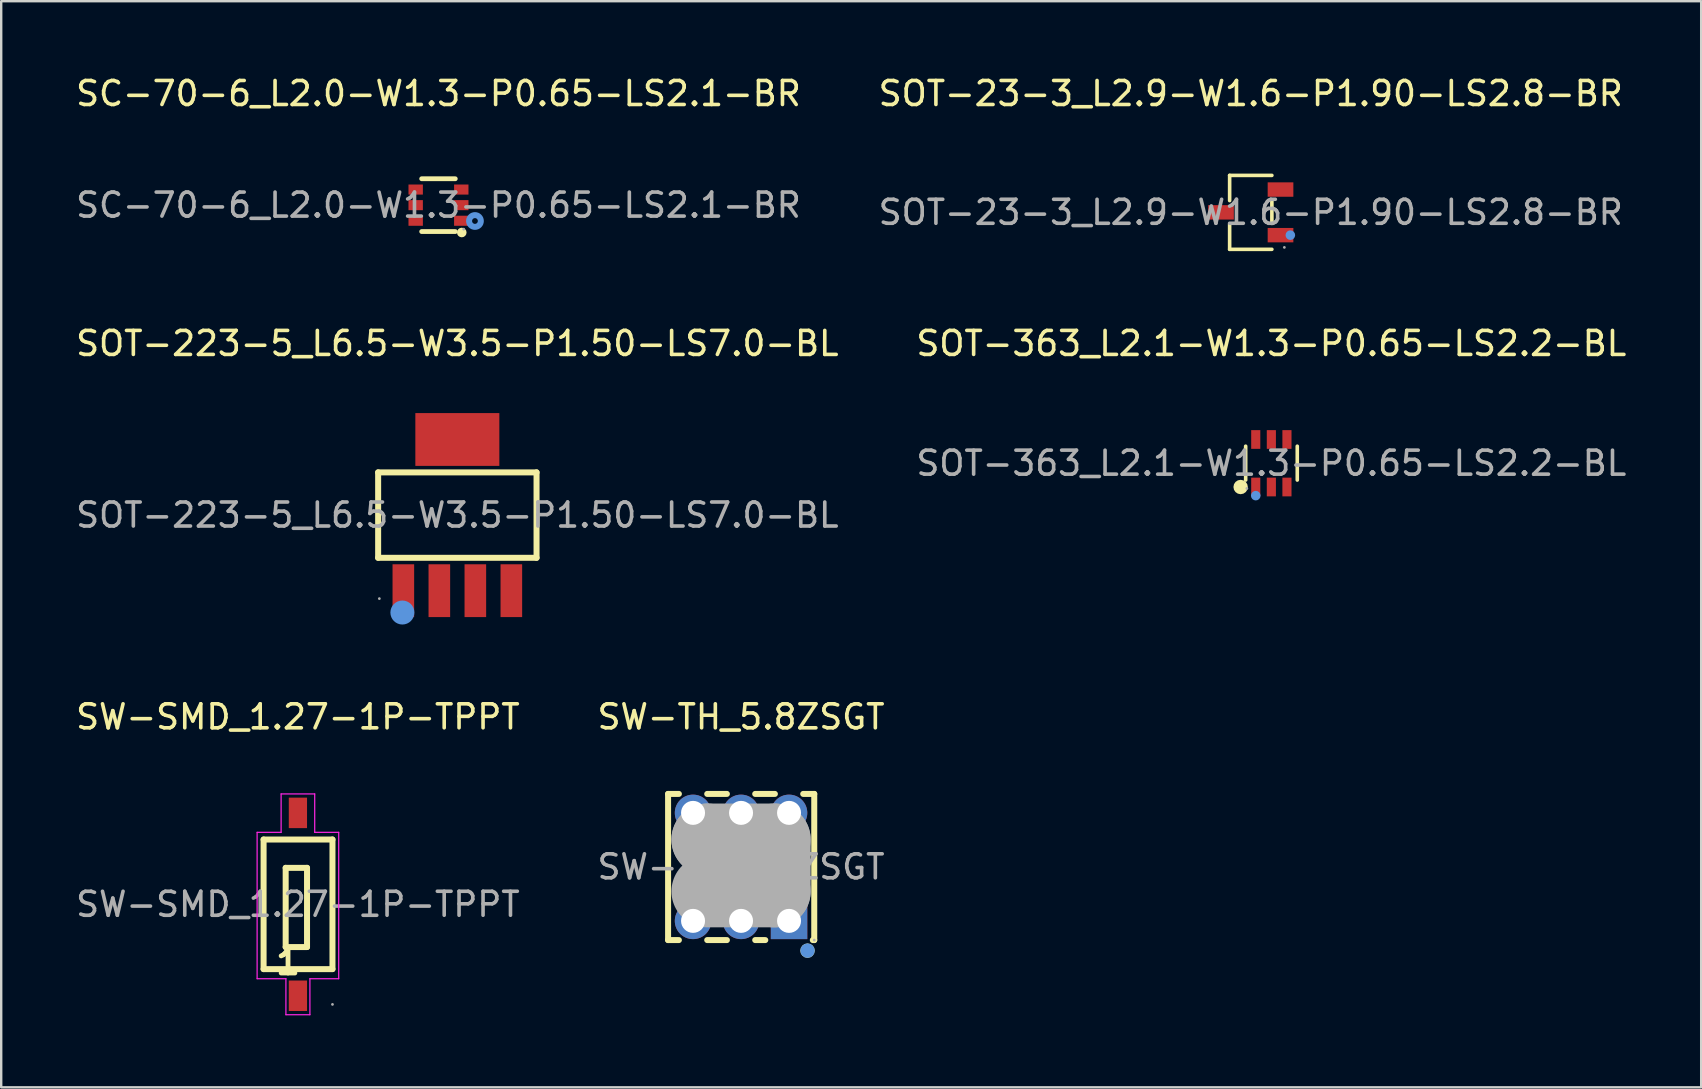
<source format=kicad_pcb>
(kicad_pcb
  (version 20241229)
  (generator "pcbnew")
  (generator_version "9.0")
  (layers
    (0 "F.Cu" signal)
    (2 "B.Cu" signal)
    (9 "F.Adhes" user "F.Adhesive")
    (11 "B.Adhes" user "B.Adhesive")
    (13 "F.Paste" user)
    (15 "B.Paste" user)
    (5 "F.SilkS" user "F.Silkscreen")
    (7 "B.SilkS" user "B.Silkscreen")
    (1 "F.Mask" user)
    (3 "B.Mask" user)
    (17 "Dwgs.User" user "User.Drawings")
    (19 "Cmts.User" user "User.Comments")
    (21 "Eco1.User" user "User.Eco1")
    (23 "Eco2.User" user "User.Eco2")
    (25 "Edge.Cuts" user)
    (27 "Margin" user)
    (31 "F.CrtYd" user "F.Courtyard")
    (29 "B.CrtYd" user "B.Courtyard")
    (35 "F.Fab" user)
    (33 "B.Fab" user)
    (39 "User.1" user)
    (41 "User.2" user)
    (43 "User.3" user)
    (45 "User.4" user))
  (footprint "SOT-223-5_L6.5-W3.5-P1.50-LS7.0-BL"
    (layer "F.Cu")
    (at 16.006 18.412)
    (property "Reference" "SOT-223-5_L6.5-W3.5-P1.50-LS7.0-BL" (at 0 -7.15 0) (layer "F.SilkS") (effects (font (size 1 1) (thickness 0.15))))
    (attr smd)
    (fp_line (start -3.3 -1.78) (end 3.3 -1.78) (stroke (width 0.25) (type solid)) (layer "F.SilkS"))
    (fp_line (start -3.3 1.78) (end -3.3 -1.78) (stroke (width 0.25) (type solid)) (layer "F.SilkS"))
    (fp_line (start 3.3 -1.78) (end 3.3 1.78) (stroke (width 0.25) (type solid)) (layer "F.SilkS"))
    (fp_line (start 3.3 1.78) (end -3.3 1.78) (stroke (width 0.25) (type solid)) (layer "F.SilkS"))
    (fp_circle (center -2.29 4.06) (end -2.04 4.06) (stroke (width 0.5) (type solid)) (fill no) (layer "Cmts.User"))
    (fp_circle (center -3.25 3.48) (end -3.22 3.48) (stroke (width 0.06) (type solid)) (fill no) (layer "F.Fab"))
    (fp_text user "${REFERENCE}" (at 0 0 0) (layer "F.Fab") (effects (font (size 1 1) (thickness 0.15))))
    (pad "1" smd rect (at -2.25 3.15 180) (size 0.9 2.2) (layers "F.Cu" "F.Mask" "F.Paste"))
    (pad "2" smd rect (at -0.75 3.15 180) (size 0.9 2.2) (layers "F.Cu" "F.Mask" "F.Paste"))
    (pad "3" smd rect (at 0.75 3.15 180) (size 0.9 2.2) (layers "F.Cu" "F.Mask" "F.Paste"))
    (pad "4" smd rect (at 2.25 3.15 180) (size 0.9 2.2) (layers "F.Cu" "F.Mask" "F.Paste"))
    (pad "5" smd rect (at 0 -3.15 180) (size 3.5 2.2) (layers "F.Cu" "F.Mask" "F.Paste")))
  (footprint "SOT-23-3_L2.9-W1.6-P1.90-LS2.8-BR"
    (layer "F.Cu")
    (at 49.065 5.798)
    (property "Reference" "SOT-23-3_L2.9-W1.6-P1.90-LS2.8-BR" (at 0 -4.95 0) (layer "F.SilkS") (effects (font (size 1 1) (thickness 0.15))))
    (attr smd)
    (fp_line (start -0.88 -1.54) (end -0.88 -0.49) (stroke (width 0.15) (type solid)) (layer "F.SilkS"))
    (fp_line (start -0.88 1.54) (end -0.88 0.49) (stroke (width 0.15) (type solid)) (layer "F.SilkS"))
    (fp_line (start 0.88 -1.54) (end -0.88 -1.54) (stroke (width 0.15) (type solid)) (layer "F.SilkS"))
    (fp_line (start 0.88 -0.46) (end 0.88 0.46) (stroke (width 0.15) (type solid)) (layer "F.SilkS"))
    (fp_line (start 0.88 1.54) (end -0.88 1.54) (stroke (width 0.15) (type solid)) (layer "F.SilkS"))
    (fp_circle (center 1.65 0.95) (end 1.75 0.95) (stroke (width 0.2) (type solid)) (fill no) (layer "Cmts.User"))
    (fp_circle (center 1.4 1.46) (end 1.43 1.46) (stroke (width 0.06) (type solid)) (fill no) (layer "F.Fab"))
    (fp_text user "${REFERENCE}" (at 0 0 0) (layer "F.Fab") (effects (font (size 1 1) (thickness 0.15))))
    (pad "1" smd rect (at 1.24 0.95) (size 1.07 0.6) (layers "F.Cu" "F.Mask" "F.Paste"))
    (pad "2" smd rect (at 1.24 -0.95) (size 1.07 0.6) (layers "F.Cu" "F.Mask" "F.Paste"))
    (pad "3" smd rect (at -1.24 0) (size 1.07 0.6) (layers "F.Cu" "F.Mask" "F.Paste")))
  (footprint "SW-SMD_1.27-1P-TPPT"
    (layer "F.Cu")
    (at 9.363 34.63)
    (property "Reference" "SW-SMD_1.27-1P-TPPT" (at 0 -7.81 0) (layer "F.SilkS") (effects (font (size 1 1) (thickness 0.15))))
    (attr smd)
    (fp_line (start -1.43 -2.7) (end -1.43 2.7) (stroke (width 0.25) (type solid)) (layer "F.SilkS"))
    (fp_line (start -1.43 -2.7) (end 1.44 -2.7) (stroke (width 0.25) (type solid)) (layer "F.SilkS"))
    (fp_line (start -1.43 2.7) (end 1.44 2.7) (stroke (width 0.25) (type solid)) (layer "F.SilkS"))
    (fp_line (start -0.51 -1.52) (end 0.38 -1.52) (stroke (width 0.25) (type solid)) (layer "F.SilkS"))
    (fp_line (start -0.51 1.78) (end -0.51 -1.52) (stroke (width 0.25) (type solid)) (layer "F.SilkS"))
    (fp_line (start 0.38 -1.52) (end 0.38 1.78) (stroke (width 0.25) (type solid)) (layer "F.SilkS"))
    (fp_line (start 0.38 1.78) (end -0.51 1.78) (stroke (width 0.25) (type solid)) (layer "F.SilkS"))
    (fp_line (start 1.44 -2.7) (end 1.44 2.7) (stroke (width 0.25) (type solid)) (layer "F.SilkS"))
    (fp_line (start -1.7 -3) (end -0.7 -3) (stroke (width 0.05) (type default)) (layer "F.CrtYd"))
    (fp_line (start -1.7 3.1) (end -1.7 -3) (stroke (width 0.05) (type default)) (layer "F.CrtYd"))
    (fp_line (start -0.7 -4.6) (end 0.7 -4.6) (stroke (width 0.05) (type default)) (layer "F.CrtYd"))
    (fp_line (start -0.7 -3) (end -0.7 -4.6) (stroke (width 0.05) (type default)) (layer "F.CrtYd"))
    (fp_line (start -0.5 3.1) (end -1.7 3.1) (stroke (width 0.05) (type default)) (layer "F.CrtYd"))
    (fp_line (start -0.5 4.6) (end -0.5 3.1) (stroke (width 0.05) (type default)) (layer "F.CrtYd"))
    (fp_line (start 0.5 3.1) (end 0.5 4.6) (stroke (width 0.05) (type default)) (layer "F.CrtYd"))
    (fp_line (start 0.5 4.6) (end -0.5 4.6) (stroke (width 0.05) (type default)) (layer "F.CrtYd"))
    (fp_line (start 0.7 -4.6) (end 0.7 -3) (stroke (width 0.05) (type default)) (layer "F.CrtYd"))
    (fp_line (start 0.7 -3) (end 1.7 -3) (stroke (width 0.05) (type default)) (layer "F.CrtYd"))
    (fp_line (start 1.7 -3) (end 1.7 3.1) (stroke (width 0.05) (type default)) (layer "F.CrtYd"))
    (fp_line (start 1.7 3.1) (end 0.5 3.1) (stroke (width 0.05) (type default)) (layer "F.CrtYd"))
    (fp_circle (center 1.44 4.17) (end 1.47 4.17) (stroke (width 0.06) (type solid)) (fill no) (layer "F.Fab"))
    (fp_text user "1" (at -1.02 2.41 0) (layer "F.SilkS") (effects (font (size 1 1) (thickness 0.2)) (justify left)))
    (fp_text user "${REFERENCE}" (at 0 0 0) (layer "F.Fab") (effects (font (size 1 1) (thickness 0.15))))
    (pad "1" smd rect (at 0 3.81) (size 0.76 1.27) (layers "F.Cu" "F.Mask" "F.Paste"))
    (pad "2" smd rect (at 0 -3.81) (size 0.76 1.27) (layers "F.Cu" "F.Mask" "F.Paste")))
  (footprint "SW-TH_5.8ZSGT"
    (layer "F.Cu")
    (at 27.827 33.07)
    (property "Reference" "SW-TH_5.8ZSGT" (at 0 -6.25 0) (layer "F.SilkS") (effects (font (size 1 1) (thickness 0.15))))
    (attr through_hole)
    (fp_line (start -3.04 -3.04) (end -2.59 -3.04) (stroke (width 0.25) (type solid)) (layer "F.SilkS"))
    (fp_line (start -3.04 3.05) (end -3.04 -3.04) (stroke (width 0.25) (type solid)) (layer "F.SilkS"))
    (fp_line (start -2.59 3.05) (end -3.04 3.05) (stroke (width 0.25) (type solid)) (layer "F.SilkS"))
    (fp_line (start -1.41 -3.04) (end -0.59 -3.04) (stroke (width 0.25) (type solid)) (layer "F.SilkS"))
    (fp_line (start -0.59 3.05) (end -1.41 3.05) (stroke (width 0.25) (type solid)) (layer "F.SilkS"))
    (fp_line (start 0.59 -3.04) (end 1.41 -3.04) (stroke (width 0.25) (type solid)) (layer "F.SilkS"))
    (fp_line (start 1.01 3.05) (end 0.59 3.05) (stroke (width 0.25) (type solid)) (layer "F.SilkS"))
    (fp_line (start 2.59 -3.04) (end 3.05 -3.04) (stroke (width 0.25) (type solid)) (layer "F.SilkS"))
    (fp_line (start 3.05 -3.04) (end 3.05 3.05) (stroke (width 0.25) (type solid)) (layer "F.SilkS"))
    (fp_line (start 3.05 3.05) (end 2.99 3.05) (stroke (width 0.25) (type solid)) (layer "F.SilkS"))
    (fp_circle (center 2.77 3.49) (end 2.92 3.49) (stroke (width 0.3) (type solid)) (fill no) (layer "F.SilkS"))
    (fp_circle (center 2.77 3.49) (end 2.92 3.49) (stroke (width 0.3) (type solid)) (fill no) (layer "Cmts.User"))
    (fp_line (start -1.4 -1.14) (end -1.4 -1.14) (stroke (width 3) (type solid)) (layer "F.Fab"))
    (fp_line (start -1.4 -1.14) (end 1.4 -1.14) (stroke (width 3) (type solid)) (layer "F.Fab"))
    (fp_line (start 1.4 -1.14) (end 1.4 1.02) (stroke (width 3) (type solid)) (layer "F.Fab"))
    (fp_line (start 1.4 1.02) (end -1.4 1.02) (stroke (width 3) (type solid)) (layer "F.Fab"))
    (fp_circle (center -2 -2.25) (end -1.8 -2.25) (stroke (width 0.4) (type solid)) (fill no) (layer "F.Fab"))
    (fp_circle (center -2 2.25) (end -1.8 2.25) (stroke (width 0.4) (type solid)) (fill no) (layer "F.Fab"))
    (fp_circle (center 0 -2.25) (end 0.2 -2.25) (stroke (width 0.4) (type solid)) (fill no) (layer "F.Fab"))
    (fp_circle (center 0 2.25) (end 0.2 2.25) (stroke (width 0.4) (type solid)) (fill no) (layer "F.Fab"))
    (fp_circle (center 2 -2.25) (end 2.2 -2.25) (stroke (width 0.4) (type solid)) (fill no) (layer "F.Fab"))
    (fp_circle (center 2 2.25) (end 2.2 2.25) (stroke (width 0.4) (type solid)) (fill no) (layer "F.Fab"))
    (fp_circle (center 3.05 3.05) (end 3.08 3.05) (stroke (width 0.06) (type solid)) (fill no) (layer "F.Fab"))
    (fp_text user "${REFERENCE}" (at 0 0 0) (layer "F.Fab") (effects (font (size 1 1) (thickness 0.15))))
    (pad "1" thru_hole rect (at 2 2.25) (size 1.52 1.52) (drill 1) (layers "*.Cu" "*.Mask"))
    (pad "2" thru_hole circle (at 0 2.25) (size 1.52 1.52) (drill 1) (layers "*.Cu" "*.Mask"))
    (pad "3" thru_hole circle (at -2 2.25) (size 1.52 1.52) (drill 1) (layers "*.Cu" "*.Mask"))
    (pad "4" thru_hole circle (at 2 -2.25) (size 1.52 1.52) (drill 1) (layers "*.Cu" "*.Mask"))
    (pad "5" thru_hole circle (at 0 -2.25) (size 1.52 1.52) (drill 1) (layers "*.Cu" "*.Mask"))
    (pad "6" thru_hole circle (at -2 -2.25) (size 1.52 1.52) (drill 1) (layers "*.Cu" "*.Mask")))
  (footprint "SOT-363_L2.1-W1.3-P0.65-LS2.2-BL"
    (layer "F.Cu")
    (at 49.923 16.252)
    (property "Reference" "SOT-363_L2.1-W1.3-P0.65-LS2.2-BL" (at 0 -4.99 0) (layer "F.SilkS") (effects (font (size 1 1) (thickness 0.15))))
    (attr smd)
    (fp_line (start -1.07 0.7) (end -1.07 -0.71) (stroke (width 0.15) (type solid)) (layer "F.SilkS"))
    (fp_line (start 1.08 0.7) (end 1.08 -0.71) (stroke (width 0.15) (type solid)) (layer "F.SilkS"))
    (fp_circle (center -1.28 0.99) (end -1.13 0.99) (stroke (width 0.3) (type solid)) (fill no) (layer "F.SilkS"))
    (fp_circle (center -0.65 1.35) (end -0.55 1.35) (stroke (width 0.2) (type solid)) (fill no) (layer "Cmts.User"))
    (fp_circle (center -1.02 1.05) (end -0.99 1.05) (stroke (width 0.06) (type solid)) (fill no) (layer "F.Fab"))
    (fp_text user "${REFERENCE}" (at 0 0 0) (layer "F.Fab") (effects (font (size 1 1) (thickness 0.15))))
    (pad "1" smd rect (at -0.65 0.99) (size 0.38 0.78) (layers "F.Cu" "F.Mask" "F.Paste"))
    (pad "2" smd rect (at 0 0.99) (size 0.38 0.78) (layers "F.Cu" "F.Mask" "F.Paste"))
    (pad "3" smd rect (at 0.65 0.99) (size 0.38 0.78) (layers "F.Cu" "F.Mask" "F.Paste"))
    (pad "4" smd rect (at 0.65 -0.99) (size 0.38 0.78) (layers "F.Cu" "F.Mask" "F.Paste"))
    (pad "5" smd rect (at 0 -0.99) (size 0.38 0.78) (layers "F.Cu" "F.Mask" "F.Paste"))
    (pad "6" smd rect (at -0.65 -0.99) (size 0.38 0.78) (layers "F.Cu" "F.Mask" "F.Paste")))
  (footprint "SC-70-6_L2.0-W1.3-P0.65-LS2.1-BR"
    (layer "F.Cu")
    (at 15.22 5.498)
    (property "Reference" "SC-70-6_L2.0-W1.3-P0.65-LS2.1-BR" (at 0 -4.65 0) (layer "F.SilkS") (effects (font (size 1 1) (thickness 0.15))))
    (attr smd)
    (fp_line (start -0.7 -1.1) (end 0.7 -1.1) (stroke (width 0.2) (type solid)) (layer "F.SilkS"))
    (fp_line (start -0.7 1.1) (end 0.7 1.1) (stroke (width 0.2) (type solid)) (layer "F.SilkS"))
    (fp_arc (start 0.97 1.14) (mid 0.97 1.14) (end 0.97 1.14) (stroke (width 0.2) (type solid)) (layer "F.SilkS"))
    (fp_circle (center 1.52 0.66) (end 1.64 0.66) (stroke (width 0.25) (type solid)) (fill no) (layer "Cmts.User"))
    (fp_circle (center 1.05 1) (end 1.08 1) (stroke (width 0.06) (type solid)) (fill no) (layer "F.Fab"))
    (fp_text user "${REFERENCE}" (at 0 0 0) (layer "F.Fab") (effects (font (size 1 1) (thickness 0.15))))
    (pad "1" smd rect (at 0.95 0.65 90) (size 0.42 0.6) (layers "F.Cu" "F.Mask" "F.Paste"))
    (pad "2" smd rect (at 0.95 0 90) (size 0.42 0.6) (layers "F.Cu" "F.Mask" "F.Paste"))
    (pad "3" smd rect (at 0.95 -0.65 90) (size 0.42 0.6) (layers "F.Cu" "F.Mask" "F.Paste"))
    (pad "4" smd rect (at -0.95 -0.65 270) (size 0.42 0.6) (layers "F.Cu" "F.Mask" "F.Paste"))
    (pad "5" smd rect (at -0.95 0 270) (size 0.42 0.6) (layers "F.Cu" "F.Mask" "F.Paste"))
    (pad "6" smd rect (at -0.95 0.65 270) (size 0.42 0.6) (layers "F.Cu" "F.Mask" "F.Paste")))
  (gr_rect
    (start -3 -3)
    (end 67.833 42.255)
    (stroke (width 0.1) (type default))
    (fill no)
    (layer "Edge.Cuts")))
</source>
